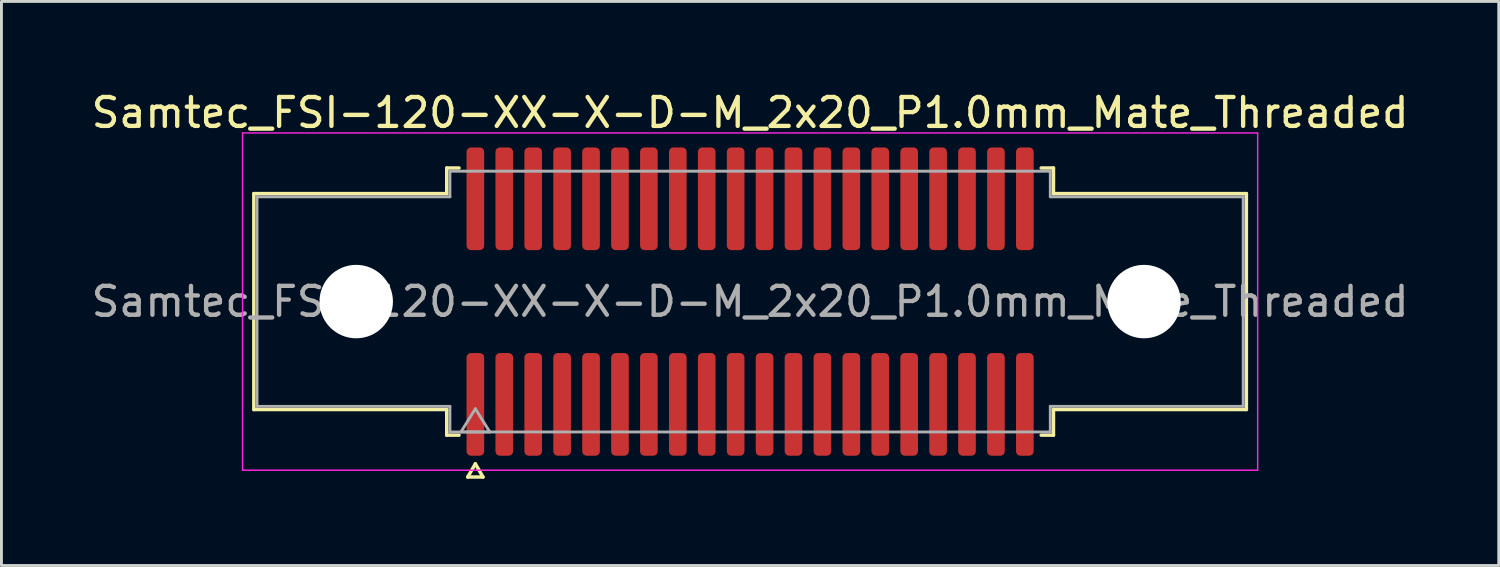
<source format=kicad_pcb>
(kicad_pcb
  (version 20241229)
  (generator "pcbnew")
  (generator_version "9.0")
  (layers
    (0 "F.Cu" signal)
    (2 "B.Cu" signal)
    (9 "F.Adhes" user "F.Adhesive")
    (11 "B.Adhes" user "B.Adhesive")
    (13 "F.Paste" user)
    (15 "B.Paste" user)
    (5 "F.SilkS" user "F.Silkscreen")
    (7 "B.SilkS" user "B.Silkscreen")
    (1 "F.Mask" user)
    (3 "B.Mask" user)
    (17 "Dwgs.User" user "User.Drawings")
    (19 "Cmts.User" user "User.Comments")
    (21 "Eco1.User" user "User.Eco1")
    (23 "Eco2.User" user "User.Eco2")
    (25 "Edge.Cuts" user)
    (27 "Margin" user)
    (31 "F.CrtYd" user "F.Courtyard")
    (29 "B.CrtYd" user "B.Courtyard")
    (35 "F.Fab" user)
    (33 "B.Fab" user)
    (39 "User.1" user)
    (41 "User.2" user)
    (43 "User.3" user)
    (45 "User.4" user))
  (footprint "Samtec_FSI-120-XX-X-D-M_2x20_P1.0mm_Mate_Threaded"
    (layer "F.Cu")
    (at 22.887 7.378)
    (property "Reference" "Samtec_FSI-120-XX-X-D-M_2x20_P1.0mm_Mate_Threaded" (at 0 -6.53 0) (layer "F.SilkS") (effects (font (size 1 1) (thickness 0.15))))
    (attr smd exclude_from_pos_files exclude_from_bom)
    (fp_line (start -17.16 -3.733) (end -10.49 -3.733) (stroke (width 0.12) (type solid)) (layer "F.SilkS"))
    (fp_line (start -17.16 3.733) (end -17.16 -3.733) (stroke (width 0.12) (type solid)) (layer "F.SilkS"))
    (fp_line (start -10.49 -4.619) (end -10.065 -4.619) (stroke (width 0.12) (type solid)) (layer "F.SilkS"))
    (fp_line (start -10.49 -3.733) (end -10.49 -4.619) (stroke (width 0.12) (type solid)) (layer "F.SilkS"))
    (fp_line (start -10.49 3.733) (end -17.16 3.733) (stroke (width 0.12) (type solid)) (layer "F.SilkS"))
    (fp_line (start -10.49 4.619) (end -10.49 3.733) (stroke (width 0.12) (type solid)) (layer "F.SilkS"))
    (fp_line (start -10.065 4.619) (end -10.49 4.619) (stroke (width 0.12) (type solid)) (layer "F.SilkS"))
    (fp_line (start -9.764 6.066) (end -9.5 5.609) (stroke (width 0.12) (type solid)) (layer "F.SilkS"))
    (fp_line (start -9.5 5.609) (end -9.236 6.066) (stroke (width 0.12) (type solid)) (layer "F.SilkS"))
    (fp_line (start -9.236 6.066) (end -9.764 6.066) (stroke (width 0.12) (type solid)) (layer "F.SilkS"))
    (fp_line (start 10.065 -4.619) (end 10.49 -4.619) (stroke (width 0.12) (type solid)) (layer "F.SilkS"))
    (fp_line (start 10.49 -4.619) (end 10.49 -3.733) (stroke (width 0.12) (type solid)) (layer "F.SilkS"))
    (fp_line (start 10.49 -3.733) (end 17.16 -3.733) (stroke (width 0.12) (type solid)) (layer "F.SilkS"))
    (fp_line (start 10.49 3.733) (end 10.49 4.619) (stroke (width 0.12) (type solid)) (layer "F.SilkS"))
    (fp_line (start 10.49 4.619) (end 10.065 4.619) (stroke (width 0.12) (type solid)) (layer "F.SilkS"))
    (fp_line (start 17.16 -3.733) (end 17.16 3.733) (stroke (width 0.12) (type solid)) (layer "F.SilkS"))
    (fp_line (start 17.16 3.733) (end 10.49 3.733) (stroke (width 0.12) (type solid)) (layer "F.SilkS"))
    (fp_line (start -17.55 -5.83) (end -17.55 5.83) (stroke (width 0.05) (type solid)) (layer "F.CrtYd"))
    (fp_line (start -17.55 5.83) (end 17.55 5.83) (stroke (width 0.05) (type solid)) (layer "F.CrtYd"))
    (fp_line (start 17.55 -5.83) (end -17.55 -5.83) (stroke (width 0.05) (type solid)) (layer "F.CrtYd"))
    (fp_line (start 17.55 5.83) (end 17.55 -5.83) (stroke (width 0.05) (type solid)) (layer "F.CrtYd"))
    (fp_line (start -17.05 -3.623) (end -10.38 -3.623) (stroke (width 0.1) (type solid)) (layer "F.Fab"))
    (fp_line (start -17.05 3.623) (end -17.05 -3.623) (stroke (width 0.1) (type solid)) (layer "F.Fab"))
    (fp_line (start -10.38 -4.508) (end 10.38 -4.508) (stroke (width 0.1) (type solid)) (layer "F.Fab"))
    (fp_line (start -10.38 -3.623) (end -10.38 -4.508) (stroke (width 0.1) (type solid)) (layer "F.Fab"))
    (fp_line (start -10.38 3.623) (end -17.05 3.623) (stroke (width 0.1) (type solid)) (layer "F.Fab"))
    (fp_line (start -10.38 4.508) (end -10.38 3.623) (stroke (width 0.1) (type solid)) (layer "F.Fab"))
    (fp_line (start -10 4.508) (end -9.5 3.708) (stroke (width 0.1) (type solid)) (layer "F.Fab"))
    (fp_line (start -9.5 3.708) (end -9 4.508) (stroke (width 0.1) (type solid)) (layer "F.Fab"))
    (fp_line (start -9 4.508) (end -10 4.508) (stroke (width 0.1) (type solid)) (layer "F.Fab"))
    (fp_line (start 10.38 -4.508) (end 10.38 -3.623) (stroke (width 0.1) (type solid)) (layer "F.Fab"))
    (fp_line (start 10.38 -3.623) (end 17.05 -3.623) (stroke (width 0.1) (type solid)) (layer "F.Fab"))
    (fp_line (start 10.38 3.623) (end 10.38 4.508) (stroke (width 0.1) (type solid)) (layer "F.Fab"))
    (fp_line (start 10.38 4.508) (end -10.38 4.508) (stroke (width 0.1) (type solid)) (layer "F.Fab"))
    (fp_line (start 17.05 -3.623) (end 17.05 3.623) (stroke (width 0.1) (type solid)) (layer "F.Fab"))
    (fp_line (start 17.05 3.623) (end 10.38 3.623) (stroke (width 0.1) (type solid)) (layer "F.Fab"))
    (fp_text user "${REFERENCE}" (at 0 0 0) (layer "F.Fab") (effects (font (size 1 1) (thickness 0.15))))
    (pad "" np_thru_hole circle (at -13.62 0) (size 2.54 2.54) (drill 2.54) (layers "*.Cu" "*.Mask"))
    (pad "" np_thru_hole circle (at 13.62 0) (size 2.54 2.54) (drill 2.54) (layers "*.Cu" "*.Mask"))
    (pad "1" smd roundrect (at -9.5 3.555) (size 0.61 3.55) (layers "F.Cu" "F.Mask") (roundrect_rratio 0.25))
    (pad "2" smd roundrect (at -9.5 -3.555) (size 0.61 3.55) (layers "F.Cu" "F.Mask") (roundrect_rratio 0.25))
    (pad "3" smd roundrect (at -8.5 3.555) (size 0.61 3.55) (layers "F.Cu" "F.Mask") (roundrect_rratio 0.25))
    (pad "4" smd roundrect (at -8.5 -3.555) (size 0.61 3.55) (layers "F.Cu" "F.Mask") (roundrect_rratio 0.25))
    (pad "5" smd roundrect (at -7.5 3.555) (size 0.61 3.55) (layers "F.Cu" "F.Mask") (roundrect_rratio 0.25))
    (pad "6" smd roundrect (at -7.5 -3.555) (size 0.61 3.55) (layers "F.Cu" "F.Mask") (roundrect_rratio 0.25))
    (pad "7" smd roundrect (at -6.5 3.555) (size 0.61 3.55) (layers "F.Cu" "F.Mask") (roundrect_rratio 0.25))
    (pad "8" smd roundrect (at -6.5 -3.555) (size 0.61 3.55) (layers "F.Cu" "F.Mask") (roundrect_rratio 0.25))
    (pad "9" smd roundrect (at -5.5 3.555) (size 0.61 3.55) (layers "F.Cu" "F.Mask") (roundrect_rratio 0.25))
    (pad "10" smd roundrect (at -5.5 -3.555) (size 0.61 3.55) (layers "F.Cu" "F.Mask") (roundrect_rratio 0.25))
    (pad "11" smd roundrect (at -4.5 3.555) (size 0.61 3.55) (layers "F.Cu" "F.Mask") (roundrect_rratio 0.25))
    (pad "12" smd roundrect (at -4.5 -3.555) (size 0.61 3.55) (layers "F.Cu" "F.Mask") (roundrect_rratio 0.25))
    (pad "13" smd roundrect (at -3.5 3.555) (size 0.61 3.55) (layers "F.Cu" "F.Mask") (roundrect_rratio 0.25))
    (pad "14" smd roundrect (at -3.5 -3.555) (size 0.61 3.55) (layers "F.Cu" "F.Mask") (roundrect_rratio 0.25))
    (pad "15" smd roundrect (at -2.5 3.555) (size 0.61 3.55) (layers "F.Cu" "F.Mask") (roundrect_rratio 0.25))
    (pad "16" smd roundrect (at -2.5 -3.555) (size 0.61 3.55) (layers "F.Cu" "F.Mask") (roundrect_rratio 0.25))
    (pad "17" smd roundrect (at -1.5 3.555) (size 0.61 3.55) (layers "F.Cu" "F.Mask") (roundrect_rratio 0.25))
    (pad "18" smd roundrect (at -1.5 -3.555) (size 0.61 3.55) (layers "F.Cu" "F.Mask") (roundrect_rratio 0.25))
    (pad "19" smd roundrect (at -0.5 3.555) (size 0.61 3.55) (layers "F.Cu" "F.Mask") (roundrect_rratio 0.25))
    (pad "20" smd roundrect (at -0.5 -3.555) (size 0.61 3.55) (layers "F.Cu" "F.Mask") (roundrect_rratio 0.25))
    (pad "21" smd roundrect (at 0.5 3.555) (size 0.61 3.55) (layers "F.Cu" "F.Mask") (roundrect_rratio 0.25))
    (pad "22" smd roundrect (at 0.5 -3.555) (size 0.61 3.55) (layers "F.Cu" "F.Mask") (roundrect_rratio 0.25))
    (pad "23" smd roundrect (at 1.5 3.555) (size 0.61 3.55) (layers "F.Cu" "F.Mask") (roundrect_rratio 0.25))
    (pad "24" smd roundrect (at 1.5 -3.555) (size 0.61 3.55) (layers "F.Cu" "F.Mask") (roundrect_rratio 0.25))
    (pad "25" smd roundrect (at 2.5 3.555) (size 0.61 3.55) (layers "F.Cu" "F.Mask") (roundrect_rratio 0.25))
    (pad "26" smd roundrect (at 2.5 -3.555) (size 0.61 3.55) (layers "F.Cu" "F.Mask") (roundrect_rratio 0.25))
    (pad "27" smd roundrect (at 3.5 3.555) (size 0.61 3.55) (layers "F.Cu" "F.Mask") (roundrect_rratio 0.25))
    (pad "28" smd roundrect (at 3.5 -3.555) (size 0.61 3.55) (layers "F.Cu" "F.Mask") (roundrect_rratio 0.25))
    (pad "29" smd roundrect (at 4.5 3.555) (size 0.61 3.55) (layers "F.Cu" "F.Mask") (roundrect_rratio 0.25))
    (pad "30" smd roundrect (at 4.5 -3.555) (size 0.61 3.55) (layers "F.Cu" "F.Mask") (roundrect_rratio 0.25))
    (pad "31" smd roundrect (at 5.5 3.555) (size 0.61 3.55) (layers "F.Cu" "F.Mask") (roundrect_rratio 0.25))
    (pad "32" smd roundrect (at 5.5 -3.555) (size 0.61 3.55) (layers "F.Cu" "F.Mask") (roundrect_rratio 0.25))
    (pad "33" smd roundrect (at 6.5 3.555) (size 0.61 3.55) (layers "F.Cu" "F.Mask") (roundrect_rratio 0.25))
    (pad "34" smd roundrect (at 6.5 -3.555) (size 0.61 3.55) (layers "F.Cu" "F.Mask") (roundrect_rratio 0.25))
    (pad "35" smd roundrect (at 7.5 3.555) (size 0.61 3.55) (layers "F.Cu" "F.Mask") (roundrect_rratio 0.25))
    (pad "36" smd roundrect (at 7.5 -3.555) (size 0.61 3.55) (layers "F.Cu" "F.Mask") (roundrect_rratio 0.25))
    (pad "37" smd roundrect (at 8.5 3.555) (size 0.61 3.55) (layers "F.Cu" "F.Mask") (roundrect_rratio 0.25))
    (pad "38" smd roundrect (at 8.5 -3.555) (size 0.61 3.55) (layers "F.Cu" "F.Mask") (roundrect_rratio 0.25))
    (pad "39" smd roundrect (at 9.5 3.555) (size 0.61 3.55) (layers "F.Cu" "F.Mask") (roundrect_rratio 0.25))
    (pad "40" smd roundrect (at 9.5 -3.555) (size 0.61 3.55) (layers "F.Cu" "F.Mask") (roundrect_rratio 0.25)))
  (gr_rect
    (start -3 -3)
    (end 48.774 16.504)
    (stroke (width 0.1) (type default))
    (fill no)
    (layer "Edge.Cuts")))
</source>
